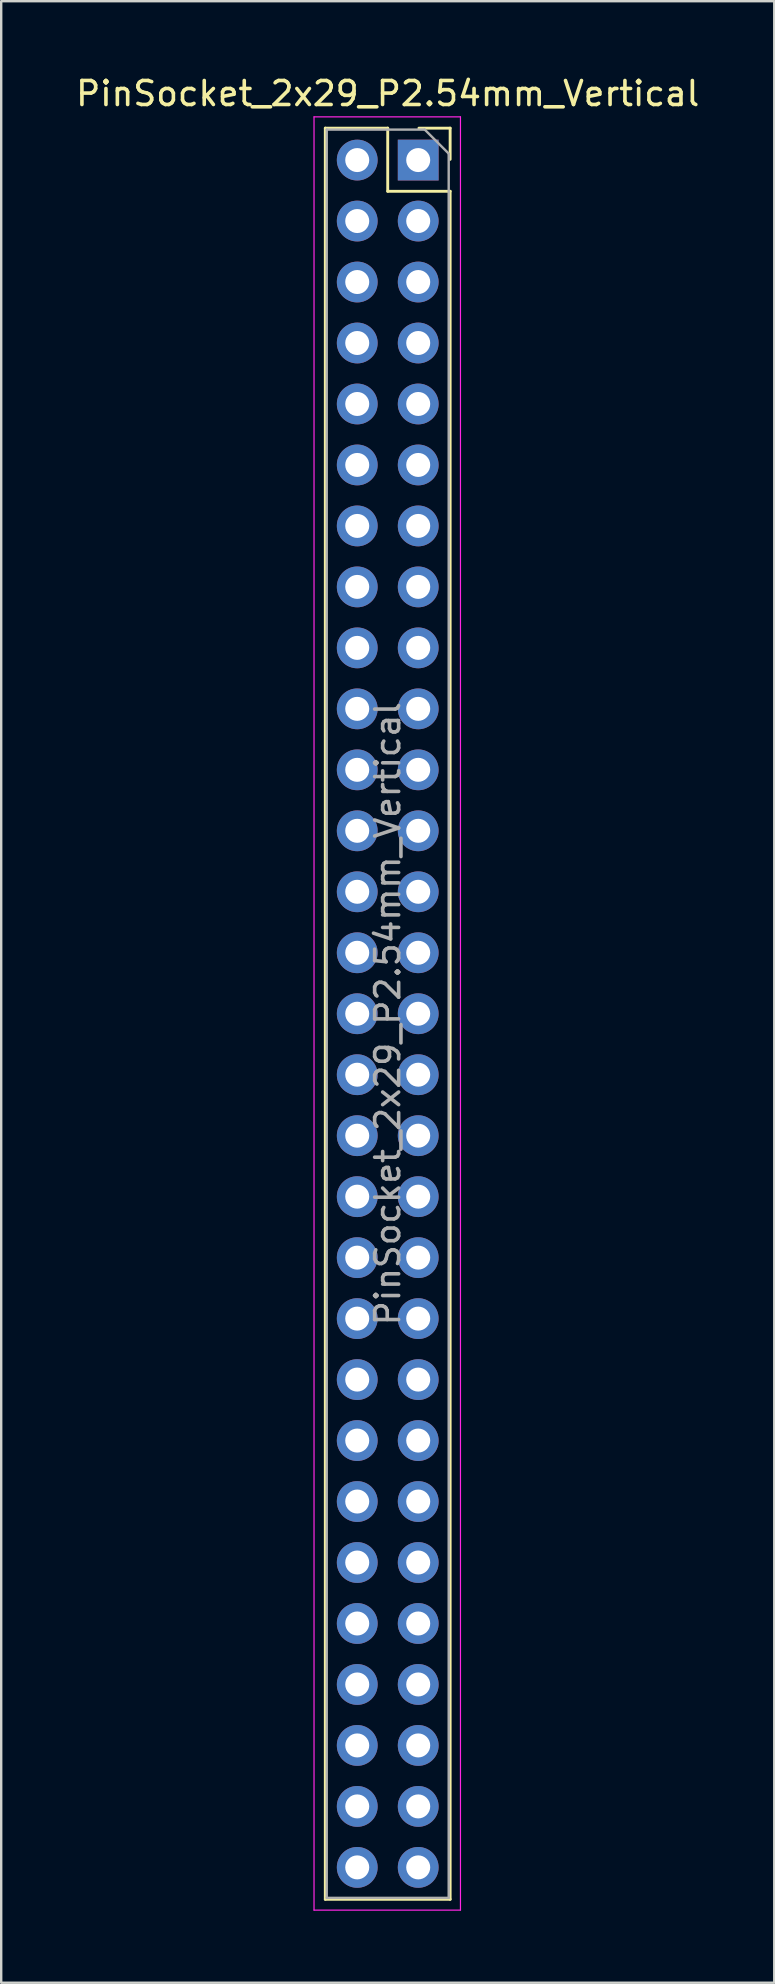
<source format=kicad_pcb>
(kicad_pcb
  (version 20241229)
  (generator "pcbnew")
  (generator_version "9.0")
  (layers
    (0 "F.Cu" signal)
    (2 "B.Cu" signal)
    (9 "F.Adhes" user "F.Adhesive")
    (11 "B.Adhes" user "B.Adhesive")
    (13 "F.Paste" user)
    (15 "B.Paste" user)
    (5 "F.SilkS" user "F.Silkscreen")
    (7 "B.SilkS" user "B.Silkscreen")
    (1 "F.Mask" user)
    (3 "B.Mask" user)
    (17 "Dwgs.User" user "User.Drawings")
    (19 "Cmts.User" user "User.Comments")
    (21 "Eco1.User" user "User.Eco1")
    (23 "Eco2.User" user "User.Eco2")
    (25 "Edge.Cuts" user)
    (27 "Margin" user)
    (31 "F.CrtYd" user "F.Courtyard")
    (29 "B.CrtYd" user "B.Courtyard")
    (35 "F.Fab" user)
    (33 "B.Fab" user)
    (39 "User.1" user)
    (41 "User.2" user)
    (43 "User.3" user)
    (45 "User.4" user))
  (footprint "PinSocket_2x29_P2.54mm_Vertical"
    (layer "F.Cu")
    (at 14.371 3.618)
    (property "Reference" "PinSocket_2x29_P2.54mm_Vertical" (at -1.27 -2.77 0) (layer "F.SilkS") (effects (font (size 1 1) (thickness 0.15))))
    (attr through_hole)
    (fp_line (start -3.87 -1.33) (end -3.87 72.45) (stroke (width 0.12) (type solid)) (layer "F.SilkS"))
    (fp_line (start -3.87 72.45) (end 1.33 72.45) (stroke (width 0.12) (type solid)) (layer "F.SilkS"))
    (fp_line (start -1.27 -1.33) (end -3.87 -1.33) (stroke (width 0.12) (type solid)) (layer "F.SilkS"))
    (fp_line (start -1.27 1.3) (end -1.27 -1.33) (stroke (width 0.12) (type solid)) (layer "F.SilkS"))
    (fp_line (start 1.33 -1.33) (end 0.03 -1.33) (stroke (width 0.12) (type solid)) (layer "F.SilkS"))
    (fp_line (start 1.33 -0.03) (end 1.33 -1.33) (stroke (width 0.12) (type solid)) (layer "F.SilkS"))
    (fp_line (start 1.33 1.3) (end -1.27 1.3) (stroke (width 0.12) (type solid)) (layer "F.SilkS"))
    (fp_line (start 1.33 72.45) (end 1.33 1.3) (stroke (width 0.12) (type solid)) (layer "F.SilkS"))
    (fp_line (start -4.34 -1.8) (end 1.76 -1.8) (stroke (width 0.05) (type solid)) (layer "F.CrtYd"))
    (fp_line (start -4.34 72.9) (end -4.34 -1.8) (stroke (width 0.05) (type solid)) (layer "F.CrtYd"))
    (fp_line (start 1.76 -1.8) (end 1.76 72.9) (stroke (width 0.05) (type solid)) (layer "F.CrtYd"))
    (fp_line (start 1.76 72.9) (end -4.34 72.9) (stroke (width 0.05) (type solid)) (layer "F.CrtYd"))
    (fp_line (start -3.81 -1.27) (end 0.27 -1.27) (stroke (width 0.1) (type solid)) (layer "F.Fab"))
    (fp_line (start -3.81 72.39) (end -3.81 -1.27) (stroke (width 0.1) (type solid)) (layer "F.Fab"))
    (fp_line (start 0.27 -1.27) (end 1.27 -0.27) (stroke (width 0.1) (type solid)) (layer "F.Fab"))
    (fp_line (start 1.27 -0.27) (end 1.27 72.39) (stroke (width 0.1) (type solid)) (layer "F.Fab"))
    (fp_line (start 1.27 72.39) (end -3.81 72.39) (stroke (width 0.1) (type solid)) (layer "F.Fab"))
    (fp_text user "${REFERENCE}" (at -1.27 35.56 90) (layer "F.Fab") (effects (font (size 1 1) (thickness 0.15))))
    (pad "1" thru_hole rect (at 0 0) (size 1.7 1.7) (drill 1) (layers "*.Cu" "*.Mask"))
    (pad "2" thru_hole oval (at -2.54 0) (size 1.7 1.7) (drill 1) (layers "*.Cu" "*.Mask"))
    (pad "3" thru_hole oval (at 0 2.54) (size 1.7 1.7) (drill 1) (layers "*.Cu" "*.Mask"))
    (pad "4" thru_hole oval (at -2.54 2.54) (size 1.7 1.7) (drill 1) (layers "*.Cu" "*.Mask"))
    (pad "5" thru_hole oval (at 0 5.08) (size 1.7 1.7) (drill 1) (layers "*.Cu" "*.Mask"))
    (pad "6" thru_hole oval (at -2.54 5.08) (size 1.7 1.7) (drill 1) (layers "*.Cu" "*.Mask"))
    (pad "7" thru_hole oval (at 0 7.62) (size 1.7 1.7) (drill 1) (layers "*.Cu" "*.Mask"))
    (pad "8" thru_hole oval (at -2.54 7.62) (size 1.7 1.7) (drill 1) (layers "*.Cu" "*.Mask"))
    (pad "9" thru_hole oval (at 0 10.16) (size 1.7 1.7) (drill 1) (layers "*.Cu" "*.Mask"))
    (pad "10" thru_hole oval (at -2.54 10.16) (size 1.7 1.7) (drill 1) (layers "*.Cu" "*.Mask"))
    (pad "11" thru_hole oval (at 0 12.7) (size 1.7 1.7) (drill 1) (layers "*.Cu" "*.Mask"))
    (pad "12" thru_hole oval (at -2.54 12.7) (size 1.7 1.7) (drill 1) (layers "*.Cu" "*.Mask"))
    (pad "13" thru_hole oval (at 0 15.24) (size 1.7 1.7) (drill 1) (layers "*.Cu" "*.Mask"))
    (pad "14" thru_hole oval (at -2.54 15.24) (size 1.7 1.7) (drill 1) (layers "*.Cu" "*.Mask"))
    (pad "15" thru_hole oval (at 0 17.78) (size 1.7 1.7) (drill 1) (layers "*.Cu" "*.Mask"))
    (pad "16" thru_hole oval (at -2.54 17.78) (size 1.7 1.7) (drill 1) (layers "*.Cu" "*.Mask"))
    (pad "17" thru_hole oval (at 0 20.32) (size 1.7 1.7) (drill 1) (layers "*.Cu" "*.Mask"))
    (pad "18" thru_hole oval (at -2.54 20.32) (size 1.7 1.7) (drill 1) (layers "*.Cu" "*.Mask"))
    (pad "19" thru_hole oval (at 0 22.86) (size 1.7 1.7) (drill 1) (layers "*.Cu" "*.Mask"))
    (pad "20" thru_hole oval (at -2.54 22.86) (size 1.7 1.7) (drill 1) (layers "*.Cu" "*.Mask"))
    (pad "21" thru_hole oval (at 0 25.4) (size 1.7 1.7) (drill 1) (layers "*.Cu" "*.Mask"))
    (pad "22" thru_hole oval (at -2.54 25.4) (size 1.7 1.7) (drill 1) (layers "*.Cu" "*.Mask"))
    (pad "23" thru_hole oval (at 0 27.94) (size 1.7 1.7) (drill 1) (layers "*.Cu" "*.Mask"))
    (pad "24" thru_hole oval (at -2.54 27.94) (size 1.7 1.7) (drill 1) (layers "*.Cu" "*.Mask"))
    (pad "25" thru_hole oval (at 0 30.48) (size 1.7 1.7) (drill 1) (layers "*.Cu" "*.Mask"))
    (pad "26" thru_hole oval (at -2.54 30.48) (size 1.7 1.7) (drill 1) (layers "*.Cu" "*.Mask"))
    (pad "27" thru_hole oval (at 0 33.02) (size 1.7 1.7) (drill 1) (layers "*.Cu" "*.Mask"))
    (pad "28" thru_hole oval (at -2.54 33.02) (size 1.7 1.7) (drill 1) (layers "*.Cu" "*.Mask"))
    (pad "29" thru_hole oval (at 0 35.56) (size 1.7 1.7) (drill 1) (layers "*.Cu" "*.Mask"))
    (pad "30" thru_hole oval (at -2.54 35.56) (size 1.7 1.7) (drill 1) (layers "*.Cu" "*.Mask"))
    (pad "31" thru_hole oval (at 0 38.1) (size 1.7 1.7) (drill 1) (layers "*.Cu" "*.Mask"))
    (pad "32" thru_hole oval (at -2.54 38.1) (size 1.7 1.7) (drill 1) (layers "*.Cu" "*.Mask"))
    (pad "33" thru_hole oval (at 0 40.64) (size 1.7 1.7) (drill 1) (layers "*.Cu" "*.Mask"))
    (pad "34" thru_hole oval (at -2.54 40.64) (size 1.7 1.7) (drill 1) (layers "*.Cu" "*.Mask"))
    (pad "35" thru_hole oval (at 0 43.18) (size 1.7 1.7) (drill 1) (layers "*.Cu" "*.Mask"))
    (pad "36" thru_hole oval (at -2.54 43.18) (size 1.7 1.7) (drill 1) (layers "*.Cu" "*.Mask"))
    (pad "37" thru_hole oval (at 0 45.72) (size 1.7 1.7) (drill 1) (layers "*.Cu" "*.Mask"))
    (pad "38" thru_hole oval (at -2.54 45.72) (size 1.7 1.7) (drill 1) (layers "*.Cu" "*.Mask"))
    (pad "39" thru_hole oval (at 0 48.26) (size 1.7 1.7) (drill 1) (layers "*.Cu" "*.Mask"))
    (pad "40" thru_hole oval (at -2.54 48.26) (size 1.7 1.7) (drill 1) (layers "*.Cu" "*.Mask"))
    (pad "41" thru_hole oval (at 0 50.8) (size 1.7 1.7) (drill 1) (layers "*.Cu" "*.Mask"))
    (pad "42" thru_hole oval (at -2.54 50.8) (size 1.7 1.7) (drill 1) (layers "*.Cu" "*.Mask"))
    (pad "43" thru_hole oval (at 0 53.34) (size 1.7 1.7) (drill 1) (layers "*.Cu" "*.Mask"))
    (pad "44" thru_hole oval (at -2.54 53.34) (size 1.7 1.7) (drill 1) (layers "*.Cu" "*.Mask"))
    (pad "45" thru_hole oval (at 0 55.88) (size 1.7 1.7) (drill 1) (layers "*.Cu" "*.Mask"))
    (pad "46" thru_hole oval (at -2.54 55.88) (size 1.7 1.7) (drill 1) (layers "*.Cu" "*.Mask"))
    (pad "47" thru_hole oval (at 0 58.42) (size 1.7 1.7) (drill 1) (layers "*.Cu" "*.Mask"))
    (pad "48" thru_hole oval (at -2.54 58.42) (size 1.7 1.7) (drill 1) (layers "*.Cu" "*.Mask"))
    (pad "49" thru_hole oval (at 0 60.96) (size 1.7 1.7) (drill 1) (layers "*.Cu" "*.Mask"))
    (pad "50" thru_hole oval (at -2.54 60.96) (size 1.7 1.7) (drill 1) (layers "*.Cu" "*.Mask"))
    (pad "51" thru_hole oval (at 0 63.5) (size 1.7 1.7) (drill 1) (layers "*.Cu" "*.Mask"))
    (pad "52" thru_hole oval (at -2.54 63.5) (size 1.7 1.7) (drill 1) (layers "*.Cu" "*.Mask"))
    (pad "53" thru_hole oval (at 0 66.04) (size 1.7 1.7) (drill 1) (layers "*.Cu" "*.Mask"))
    (pad "54" thru_hole oval (at -2.54 66.04) (size 1.7 1.7) (drill 1) (layers "*.Cu" "*.Mask"))
    (pad "55" thru_hole oval (at 0 68.58) (size 1.7 1.7) (drill 1) (layers "*.Cu" "*.Mask"))
    (pad "56" thru_hole oval (at -2.54 68.58) (size 1.7 1.7) (drill 1) (layers "*.Cu" "*.Mask"))
    (pad "57" thru_hole oval (at 0 71.12) (size 1.7 1.7) (drill 1) (layers "*.Cu" "*.Mask"))
    (pad "58" thru_hole oval (at -2.54 71.12) (size 1.7 1.7) (drill 1) (layers "*.Cu" "*.Mask")))
  (gr_rect
    (start -3 -3)
    (end 29.202 79.543)
    (stroke (width 0.1) (type default))
    (fill no)
    (layer "Edge.Cuts")))
</source>
